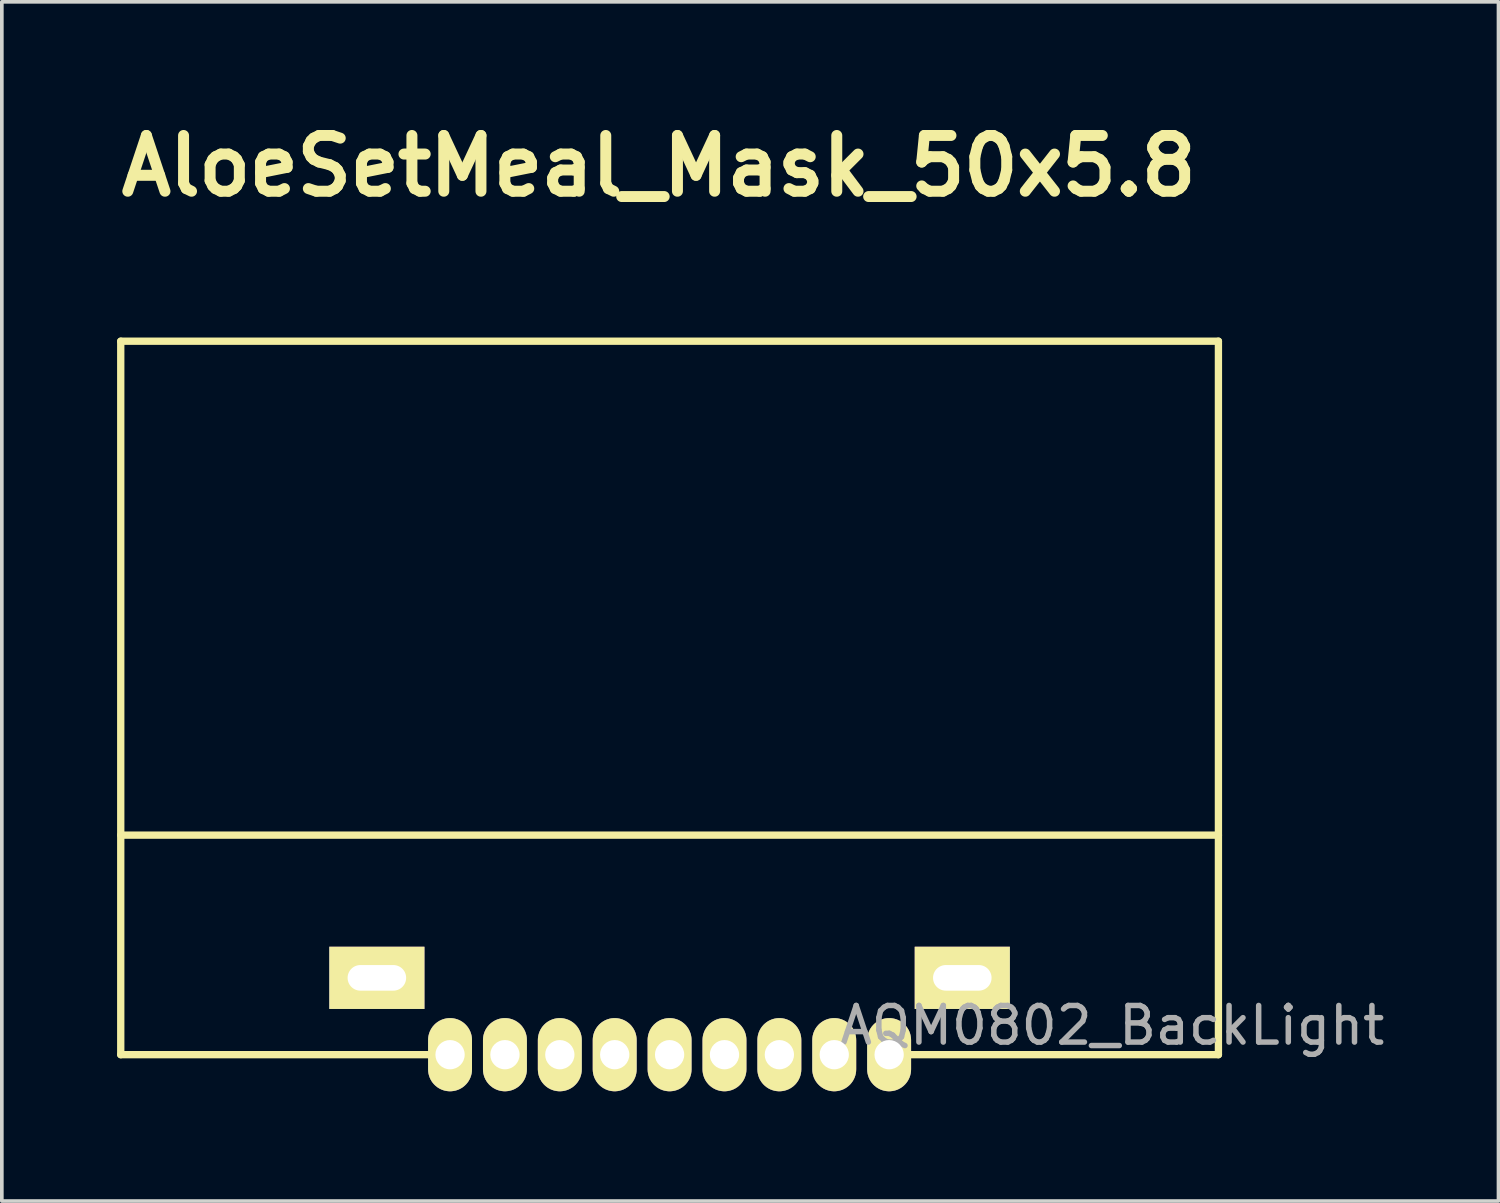
<source format=kicad_pcb>
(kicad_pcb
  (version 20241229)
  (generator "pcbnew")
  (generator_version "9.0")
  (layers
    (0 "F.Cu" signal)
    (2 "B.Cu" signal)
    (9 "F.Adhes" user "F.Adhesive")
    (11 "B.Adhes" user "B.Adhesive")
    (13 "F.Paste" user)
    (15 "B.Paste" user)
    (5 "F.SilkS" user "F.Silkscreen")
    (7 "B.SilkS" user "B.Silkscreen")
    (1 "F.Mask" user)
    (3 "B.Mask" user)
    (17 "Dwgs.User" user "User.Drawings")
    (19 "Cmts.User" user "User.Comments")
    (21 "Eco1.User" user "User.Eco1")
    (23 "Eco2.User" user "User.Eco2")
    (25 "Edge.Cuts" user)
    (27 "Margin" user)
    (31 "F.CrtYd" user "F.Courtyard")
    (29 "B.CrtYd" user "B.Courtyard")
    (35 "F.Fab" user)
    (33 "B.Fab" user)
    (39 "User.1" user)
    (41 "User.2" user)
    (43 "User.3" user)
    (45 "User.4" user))
  (footprint "AQM0802_BackLight"
    (layer "F.Cu")
    (at 0.25 6.275)
    (property "Reference" "AQM0802_BackLight" (at 27.1 18.7 0) (layer "F.Fab") (effects (font (size 1 1) (thickness 0.15))))
    (attr through_hole)
    (fp_line (start 0 0) (end 30 0) (stroke (width 0.2) (type solid)) (layer "F.SilkS"))
    (fp_line (start 0 13.5) (end 30 13.5) (stroke (width 0.2) (type solid)) (layer "F.SilkS"))
    (fp_line (start 0 19.5) (end 0 0) (stroke (width 0.2) (type solid)) (layer "F.SilkS"))
    (fp_line (start 9 19.5) (end 0 19.5) (stroke (width 0.2) (type solid)) (layer "F.SilkS"))
    (fp_line (start 21 19.5) (end 30 19.5) (stroke (width 0.2) (type solid)) (layer "F.SilkS"))
    (fp_line (start 30 0) (end 30 19.5) (stroke (width 0.2) (type solid)) (layer "F.SilkS"))
    (pad "1" thru_hole oval (at 9 19.5) (size 1.2 2) (drill 0.8) (layers "*.Cu" "*.Mask" "F.SilkS"))
    (pad "2" thru_hole oval (at 10.5 19.5) (size 1.2 2) (drill 0.8) (layers "*.Cu" "*.Mask" "F.SilkS"))
    (pad "3" thru_hole oval (at 12 19.5) (size 1.2 2) (drill 0.8) (layers "*.Cu" "*.Mask" "F.SilkS"))
    (pad "4" thru_hole oval (at 13.5 19.5) (size 1.2 2) (drill 0.8) (layers "*.Cu" "*.Mask" "F.SilkS"))
    (pad "5" thru_hole oval (at 15 19.5) (size 1.2 2) (drill 0.8) (layers "*.Cu" "*.Mask" "F.SilkS"))
    (pad "6" thru_hole oval (at 16.5 19.5) (size 1.2 2) (drill 0.8) (layers "*.Cu" "*.Mask" "F.SilkS"))
    (pad "7" thru_hole oval (at 18 19.5) (size 1.2 2) (drill 0.8) (layers "*.Cu" "*.Mask" "F.SilkS"))
    (pad "8" thru_hole oval (at 19.5 19.5) (size 1.2 2) (drill 0.8) (layers "*.Cu" "*.Mask" "F.SilkS"))
    (pad "9" thru_hole oval (at 21 19.5) (size 1.2 2) (drill 0.8) (layers "*.Cu" "*.Mask" "F.SilkS"))
    (pad "10" thru_hole rect (at 7 17.4) (size 2.6 1.7) (drill oval 1.6 0.7) (layers "*.Cu" "*.Mask" "F.SilkS"))
    (pad "11" thru_hole rect (at 23 17.4) (size 2.6 1.7) (drill oval 1.6 0.7) (layers "*.Cu" "*.Mask" "F.SilkS")))
  (footprint "AloeSetMeal_Mask_50x5.8"
    (layer "F.Cu")
    (at 14.957 1.487)
    (property "Reference" "AloeSetMeal_Mask_50x5.8" (at 0 0 0) (layer "F.SilkS") (effects (font (size 1.524 1.524) (thickness 0.3))))
    (attr through_hole)
    (fp_poly (pts (xy -4.349 -1.138) (xy -4.198 -1.124) (xy -3.95 -1.112) (xy -3.635 -1.103) (xy -3.283 -1.098) (xy -3.162 -1.098) (xy -2.216 -1.097) (xy -2.216 1.276) (xy -4.589 1.276) (xy -4.589 -0.776) (xy -4.269 -0.776) (xy -4.269 0.956) (xy -2.537 0.956) (xy -2.537 -0.776) (xy -4.269 -0.776) (xy -4.589 -0.776) (xy -4.589 -1.178) (xy -4.349 -1.138)) (stroke (width 0.01) (type solid)) (fill yes) (layer "F.Mask"))
    (fp_poly (pts (xy 3.566 -1.465) (xy 3.616 -1.391) (xy 3.621 -1.321) (xy 3.625 -1.247) (xy 3.654 -1.2) (xy 3.731 -1.175) (xy 3.881 -1.164) (xy 4.127 -1.161) (xy 4.23 -1.161) (xy 4.839 -1.161) (xy 4.839 -0.391) (xy 4.647 -0.391) (xy 4.518 -0.404) (xy 4.465 -0.467) (xy 4.455 -0.616) (xy 4.455 -0.84) (xy 2.338 -0.84) (xy 2.338 -0.616) (xy 2.327 -0.465) (xy 2.273 -0.403) (xy 2.145 -0.391) (xy 1.953 -0.391) (xy 1.953 -1.161) (xy 3.236 -1.161) (xy 3.236 -1.321) (xy 3.257 -1.436) (xy 3.345 -1.478) (xy 3.428 -1.482) (xy 3.566 -1.465)) (stroke (width 0.01) (type solid)) (fill yes) (layer "F.Mask"))
    (fp_poly (pts (xy 1.247 -0.744) (xy 1.242 -0.667) (xy 1.211 -0.619) (xy 1.126 -0.595) (xy 0.964 -0.585) (xy 0.702 -0.584) (xy 0.157 -0.584) (xy 0.157 0.827) (xy 0.734 0.827) (xy 1.008 0.829) (xy 1.177 0.837) (xy 1.268 0.859) (xy 1.305 0.903) (xy 1.312 0.973) (xy 1.312 0.988) (xy 1.312 1.148) (xy -1.254 1.148) (xy -1.254 0.988) (xy -1.249 0.91) (xy -1.217 0.863) (xy -1.133 0.838) (xy -0.971 0.829) (xy -0.709 0.827) (xy -0.164 0.827) (xy -0.164 -0.584) (xy -0.709 -0.584) (xy -0.973 -0.585) (xy -1.134 -0.595) (xy -1.218 -0.619) (xy -1.249 -0.667) (xy -1.254 -0.744) (xy -1.254 -0.905) (xy 1.247 -0.905) (xy 1.247 -0.744)) (stroke (width 0.01) (type solid)) (fill yes) (layer "F.Mask"))
    (fp_poly (pts (xy -5.487 -0.768) (xy -5.537 -0.382) (xy -5.676 -0.025) (xy -5.886 0.282) (xy -6.15 0.518) (xy -6.451 0.663) (xy -6.697 0.699) (xy -6.846 0.727) (xy -6.917 0.829) (xy -6.922 0.849) (xy -7.013 1.048) (xy -7.165 1.25) (xy -7.332 1.396) (xy -7.35 1.406) (xy -7.455 1.431) (xy -7.533 1.353) (xy -7.546 1.329) (xy -7.585 1.212) (xy -7.532 1.119) (xy -7.483 1.077) (xy -7.293 0.841) (xy -7.19 0.516) (xy -7.178 0.108) (xy -7.183 0.051) (xy -7.203 -0.177) (xy -7.201 -0.308) (xy -7.17 -0.375) (xy -7.103 -0.407) (xy -7.081 -0.413) (xy -6.961 -0.435) (xy -6.917 -0.432) (xy -6.902 -0.363) (xy -6.879 -0.204) (xy -6.857 -0.014) (xy -6.815 0.384) (xy -6.616 0.344) (xy -6.316 0.221) (xy -6.073 -0.011) (xy -5.896 -0.341) (xy -5.837 -0.536) (xy -5.794 -0.712) (xy -8.245 -0.712) (xy -8.245 -1.033) (xy -5.487 -1.033) (xy -5.487 -0.768)) (stroke (width 0.01) (type solid)) (fill yes) (layer "F.Mask"))
    (fp_poly (pts (xy 4.39 -0.423) (xy 4.382 -0.335) (xy 4.338 -0.287) (xy 4.227 -0.267) (xy 4.019 -0.263) (xy 4.006 -0.263) (xy 3.621 -0.263) (xy 3.621 0.186) (xy 4.102 0.186) (xy 4.346 0.188) (xy 4.49 0.2) (xy 4.559 0.231) (xy 4.581 0.29) (xy 4.583 0.346) (xy 4.577 0.428) (xy 4.541 0.476) (xy 4.448 0.499) (xy 4.271 0.506) (xy 4.102 0.507) (xy 3.621 0.507) (xy 3.621 0.787) (xy 3.627 0.962) (xy 3.667 1.05) (xy 3.77 1.09) (xy 3.861 1.107) (xy 4.061 1.129) (xy 4.32 1.144) (xy 4.503 1.147) (xy 4.721 1.151) (xy 4.841 1.168) (xy 4.892 1.211) (xy 4.903 1.292) (xy 4.904 1.308) (xy 4.897 1.391) (xy 4.86 1.439) (xy 4.766 1.461) (xy 4.585 1.468) (xy 4.434 1.469) (xy 3.943 1.445) (xy 3.497 1.376) (xy 3.116 1.269) (xy 2.823 1.129) (xy 2.662 0.992) (xy 2.582 0.914) (xy 2.515 0.914) (xy 2.442 1.005) (xy 2.343 1.202) (xy 2.338 1.212) (xy 2.242 1.408) (xy 2.172 1.504) (xy 2.103 1.517) (xy 2.011 1.463) (xy 1.99 1.448) (xy 1.917 1.38) (xy 1.914 1.302) (xy 1.975 1.167) (xy 2.048 1.005) (xy 2.139 0.772) (xy 2.225 0.53) (xy 2.308 0.293) (xy 2.37 0.152) (xy 2.432 0.083) (xy 2.515 0.06) (xy 2.6 0.058) (xy 2.684 0.072) (xy 2.712 0.138) (xy 2.694 0.292) (xy 2.692 0.304) (xy 2.676 0.464) (xy 2.711 0.577) (xy 2.817 0.695) (xy 2.881 0.753) (xy 3.029 0.872) (xy 3.143 0.945) (xy 3.174 0.956) (xy 3.202 0.895) (xy 3.223 0.732) (xy 3.234 0.488) (xy 3.236 0.346) (xy 3.236 -0.263) (xy 2.851 -0.263) (xy 2.638 -0.267) (xy 2.523 -0.285) (xy 2.475 -0.331) (xy 2.466 -0.418) (xy 2.466 -0.423) (xy 2.466 -0.584) (xy 4.39 -0.584) (xy 4.39 -0.423)) (stroke (width 0.01) (type solid)) (fill yes) (layer "F.Mask"))
    (fp_poly (pts (xy 6.983 -1.449) (xy 7.253 -1.356) (xy 7.582 -1.211) (xy 7.619 -1.193) (xy 7.876 -1.072) (xy 8.093 -0.976) (xy 8.244 -0.917) (xy 8.294 -0.905) (xy 8.351 -0.849) (xy 8.355 -0.728) (xy 8.335 -0.622) (xy 8.283 -0.58) (xy 8.167 -0.594) (xy 8.03 -0.631) (xy 7.973 -0.634) (xy 7.939 -0.586) (xy 7.923 -0.461) (xy 7.918 -0.238) (xy 7.918 -0.19) (xy 7.922 0.058) (xy 7.939 0.208) (xy 7.977 0.292) (xy 8.044 0.341) (xy 8.058 0.347) (xy 8.182 0.424) (xy 8.201 0.507) (xy 8.111 0.614) (xy 7.952 0.731) (xy 7.792 0.845) (xy 7.687 0.934) (xy 7.663 0.966) (xy 7.718 1.009) (xy 7.859 1.072) (xy 7.982 1.116) (xy 8.184 1.189) (xy 8.279 1.251) (xy 8.284 1.325) (xy 8.221 1.429) (xy 8.166 1.488) (xy 8.098 1.506) (xy 7.981 1.479) (xy 7.781 1.408) (xy 7.382 1.226) (xy 7.023 1.001) (xy 6.741 0.757) (xy 6.657 0.659) (xy 6.542 0.537) (xy 6.972 0.537) (xy 7.056 0.624) (xy 7.1 0.656) (xy 7.207 0.727) (xy 7.285 0.748) (xy 7.38 0.715) (xy 7.535 0.623) (xy 7.565 0.604) (xy 7.822 0.446) (xy 7.389 0.444) (xy 7.132 0.452) (xy 6.995 0.481) (xy 6.972 0.537) (xy 6.542 0.537) (xy 6.516 0.509) (xy 6.369 0.449) (xy 6.275 0.442) (xy 6.058 0.442) (xy 6.058 0.8) (xy 6.061 1.003) (xy 6.079 1.106) (xy 6.129 1.137) (xy 6.225 1.125) (xy 6.234 1.123) (xy 6.408 1.093) (xy 6.633 1.059) (xy 6.716 1.047) (xy 6.899 1.026) (xy 6.988 1.038) (xy 7.017 1.097) (xy 7.02 1.173) (xy 7.004 1.297) (xy 6.972 1.341) (xy 6.893 1.349) (xy 6.713 1.369) (xy 6.46 1.4) (xy 6.159 1.437) (xy 6.157 1.437) (xy 5.86 1.474) (xy 5.614 1.504) (xy 5.445 1.525) (xy 5.378 1.533) (xy 5.378 1.533) (xy 5.349 1.483) (xy 5.327 1.431) (xy 5.293 1.291) (xy 5.349 1.224) (xy 5.465 1.2) (xy 5.641 1.18) (xy 5.659 0.266) (xy 5.662 0.058) (xy 6.058 0.058) (xy 6.066 0.113) (xy 6.104 0.149) (xy 6.194 0.171) (xy 6.357 0.182) (xy 6.615 0.186) (xy 6.796 0.186) (xy 7.113 0.184) (xy 7.323 0.178) (xy 7.448 0.162) (xy 7.511 0.134) (xy 7.532 0.089) (xy 7.533 0.058) (xy 7.526 0.002) (xy 7.488 -0.034) (xy 7.398 -0.056) (xy 7.235 -0.067) (xy 6.976 -0.07) (xy 6.796 -0.071) (xy 6.479 -0.069) (xy 6.268 -0.063) (xy 6.143 -0.047) (xy 6.081 -0.019) (xy 6.06 0.026) (xy 6.058 0.058) (xy 5.662 0.058) (xy 5.663 -0.06) (xy 5.663 -0.334) (xy 5.661 -0.456) (xy 6.058 -0.456) (xy 6.066 -0.4) (xy 6.104 -0.364) (xy 6.194 -0.342) (xy 6.357 -0.331) (xy 6.615 -0.328) (xy 6.796 -0.327) (xy 7.113 -0.329) (xy 7.323 -0.335) (xy 7.448 -0.351) (xy 7.511 -0.379) (xy 7.532 -0.424) (xy 7.533 -0.456) (xy 7.526 -0.511) (xy 7.488 -0.547) (xy 7.398 -0.569) (xy 7.235 -0.58) (xy 6.976 -0.584) (xy 6.796 -0.584) (xy 6.479 -0.582) (xy 6.268 -0.576) (xy 6.143 -0.56) (xy 6.081 -0.532) (xy 6.06 -0.487) (xy 6.058 -0.456) (xy 5.661 -0.456) (xy 5.659 -0.535) (xy 5.651 -0.639) (xy 5.647 -0.648) (xy 5.571 -0.628) (xy 5.458 -0.588) (xy 5.313 -0.575) (xy 5.236 -0.67) (xy 5.224 -0.774) (xy 5.28 -0.833) (xy 5.326 -0.861) (xy 6.128 -0.861) (xy 6.167 -0.849) (xy 6.298 -0.841) (xy 6.368 -0.84) (xy 6.538 -0.848) (xy 6.615 -0.886) (xy 6.635 -0.976) (xy 6.635 -1.002) (xy 6.956 -1.002) (xy 6.969 -0.9) (xy 7.03 -0.854) (xy 7.175 -0.841) (xy 7.229 -0.841) (xy 7.39 -0.849) (xy 7.438 -0.874) (xy 7.405 -0.908) (xy 7.279 -0.986) (xy 7.132 -1.069) (xy 7.01 -1.128) (xy 6.964 -1.11) (xy 6.956 -1.002) (xy 6.635 -1.002) (xy 6.635 -1.006) (xy 6.635 -1.172) (xy 6.395 -1.027) (xy 6.242 -0.934) (xy 6.143 -0.872) (xy 6.128 -0.861) (xy 5.326 -0.861) (xy 5.429 -0.925) (xy 5.644 -1.036) (xy 5.9 -1.157) (xy 6.059 -1.226) (xy 6.732 -1.226) (xy 6.746 -1.171) (xy 6.792 -1.161) (xy 6.88 -1.176) (xy 6.892 -1.189) (xy 6.845 -1.249) (xy 6.76 -1.251) (xy 6.732 -1.226) (xy 6.059 -1.226) (xy 6.168 -1.273) (xy 6.422 -1.374) (xy 6.635 -1.448) (xy 6.78 -1.481) (xy 6.796 -1.482) (xy 6.983 -1.449)) (stroke (width 0.01) (type solid)) (fill yes) (layer "F.Mask")))
  (gr_rect
    (start -3 -3)
    (end 37.904 29.775)
    (stroke (width 0.1) (type default))
    (fill no)
    (layer "Edge.Cuts")))
</source>
